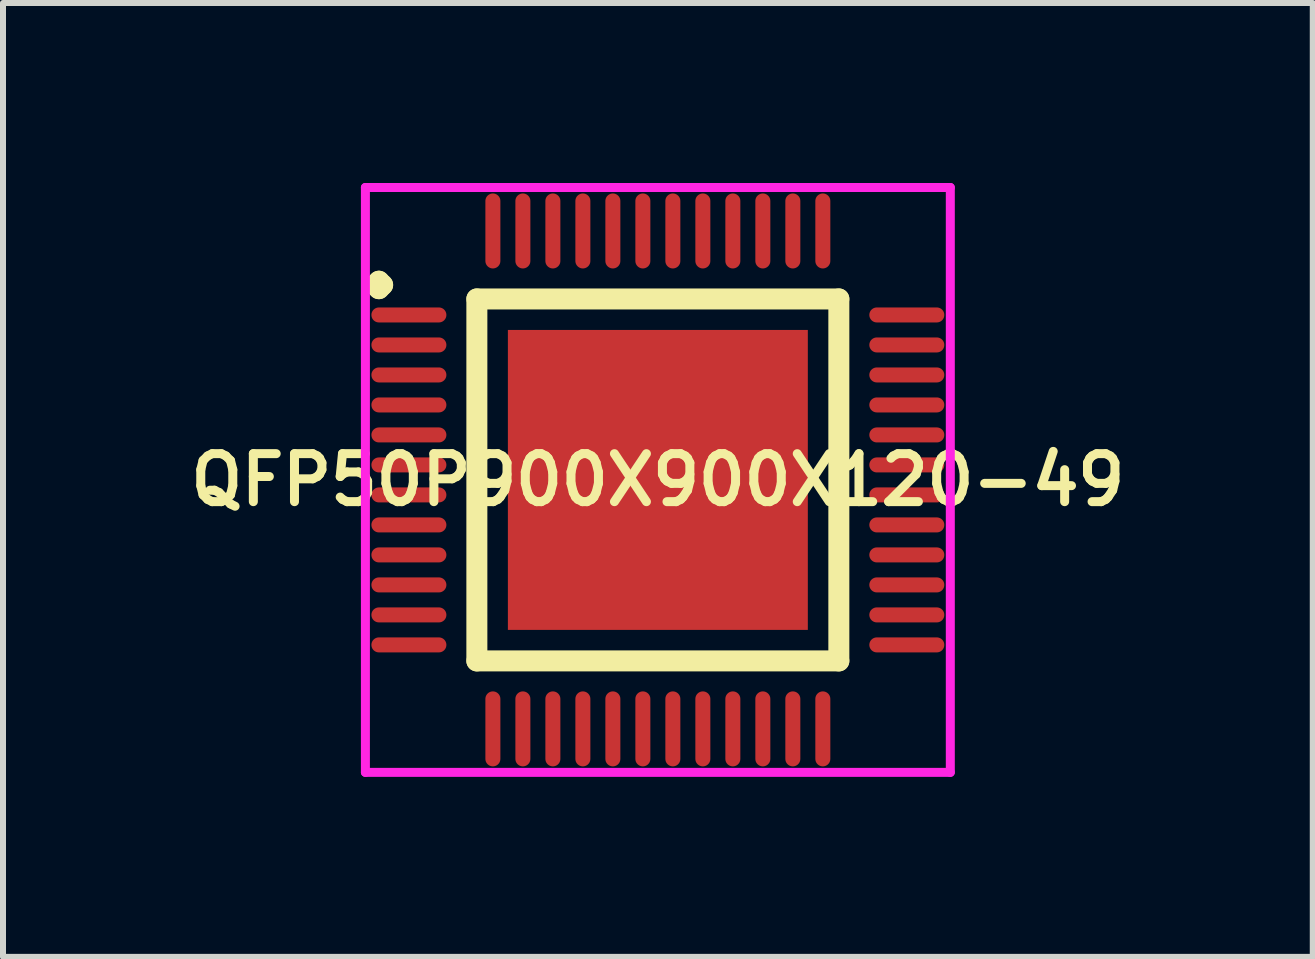
<source format=kicad_pcb>
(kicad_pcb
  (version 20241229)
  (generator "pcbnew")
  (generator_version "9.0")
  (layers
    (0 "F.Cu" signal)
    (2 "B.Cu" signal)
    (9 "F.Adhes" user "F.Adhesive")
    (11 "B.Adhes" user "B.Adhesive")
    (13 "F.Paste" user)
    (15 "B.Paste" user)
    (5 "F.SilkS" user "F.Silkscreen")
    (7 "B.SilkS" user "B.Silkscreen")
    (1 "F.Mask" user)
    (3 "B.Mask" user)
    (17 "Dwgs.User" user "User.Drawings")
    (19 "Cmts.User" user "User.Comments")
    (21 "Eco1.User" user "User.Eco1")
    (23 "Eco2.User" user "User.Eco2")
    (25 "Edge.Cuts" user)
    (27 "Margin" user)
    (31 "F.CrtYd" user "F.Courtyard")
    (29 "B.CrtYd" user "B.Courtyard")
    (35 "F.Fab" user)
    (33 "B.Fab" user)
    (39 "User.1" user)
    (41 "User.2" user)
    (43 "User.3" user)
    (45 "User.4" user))
  (footprint "QFP50P900X900X120-49"
    (layer "F.Cu")
    (at 7.916 4.95)
    (property "Reference" "QFP50P900X900X120-49" (at 0 0 0) (layer "F.SilkS") (effects (font (size 0.8 0.8) (thickness 0.15))))
    (attr smd)
    (fp_line (start -4.713 -3.25) (end -4.65 -3.312) (stroke (width 0.35) (type solid)) (layer "F.SilkS"))
    (fp_line (start -4.65 -3.312) (end -4.588 -3.25) (stroke (width 0.35) (type solid)) (layer "F.SilkS"))
    (fp_line (start -4.65 -3.188) (end -4.713 -3.25) (stroke (width 0.35) (type solid)) (layer "F.SilkS"))
    (fp_line (start -4.588 -3.25) (end -4.65 -3.188) (stroke (width 0.35) (type solid)) (layer "F.SilkS"))
    (fp_line (start -3.017 -3.017) (end -3.017 3.017) (stroke (width 0.35) (type solid)) (layer "F.SilkS"))
    (fp_line (start -3.017 3.017) (end 3.017 3.017) (stroke (width 0.35) (type solid)) (layer "F.SilkS"))
    (fp_line (start 3.017 -3.017) (end -3.017 -3.017) (stroke (width 0.35) (type solid)) (layer "F.SilkS"))
    (fp_line (start 3.017 3.017) (end 3.017 -3.017) (stroke (width 0.35) (type solid)) (layer "F.SilkS"))
    (fp_line (start -4.875 -4.875) (end 4.875 -4.875) (stroke (width 0.15) (type solid)) (layer "F.CrtYd"))
    (fp_line (start -4.875 4.875) (end -4.875 -4.875) (stroke (width 0.15) (type solid)) (layer "F.CrtYd"))
    (fp_line (start 4.875 -4.875) (end 4.875 4.875) (stroke (width 0.15) (type solid)) (layer "F.CrtYd"))
    (fp_line (start 4.875 4.875) (end -4.875 4.875) (stroke (width 0.15) (type solid)) (layer "F.CrtYd"))
    (pad "1" smd oval (at -4.15 -2.75) (size 1.25 0.25) (layers "F.Cu" "F.Mask" "F.Paste"))
    (pad "2" smd oval (at -4.15 -2.25) (size 1.25 0.25) (layers "F.Cu" "F.Mask" "F.Paste"))
    (pad "3" smd oval (at -4.15 -1.75) (size 1.25 0.25) (layers "F.Cu" "F.Mask" "F.Paste"))
    (pad "4" smd oval (at -4.15 -1.25) (size 1.25 0.25) (layers "F.Cu" "F.Mask" "F.Paste"))
    (pad "5" smd oval (at -4.15 -0.75) (size 1.25 0.25) (layers "F.Cu" "F.Mask" "F.Paste"))
    (pad "6" smd oval (at -4.15 -0.25) (size 1.25 0.25) (layers "F.Cu" "F.Mask" "F.Paste"))
    (pad "7" smd oval (at -4.15 0.25) (size 1.25 0.25) (layers "F.Cu" "F.Mask" "F.Paste"))
    (pad "8" smd oval (at -4.15 0.75) (size 1.25 0.25) (layers "F.Cu" "F.Mask" "F.Paste"))
    (pad "9" smd oval (at -4.15 1.25) (size 1.25 0.25) (layers "F.Cu" "F.Mask" "F.Paste"))
    (pad "10" smd oval (at -4.15 1.75) (size 1.25 0.25) (layers "F.Cu" "F.Mask" "F.Paste"))
    (pad "11" smd oval (at -4.15 2.25) (size 1.25 0.25) (layers "F.Cu" "F.Mask" "F.Paste"))
    (pad "12" smd oval (at -4.15 2.75) (size 1.25 0.25) (layers "F.Cu" "F.Mask" "F.Paste"))
    (pad "13" smd oval (at -2.75 4.15) (size 0.25 1.25) (layers "F.Cu" "F.Mask" "F.Paste"))
    (pad "14" smd oval (at -2.25 4.15) (size 0.25 1.25) (layers "F.Cu" "F.Mask" "F.Paste"))
    (pad "15" smd oval (at -1.75 4.15) (size 0.25 1.25) (layers "F.Cu" "F.Mask" "F.Paste"))
    (pad "16" smd oval (at -1.25 4.15) (size 0.25 1.25) (layers "F.Cu" "F.Mask" "F.Paste"))
    (pad "17" smd oval (at -0.75 4.15) (size 0.25 1.25) (layers "F.Cu" "F.Mask" "F.Paste"))
    (pad "18" smd oval (at -0.25 4.15) (size 0.25 1.25) (layers "F.Cu" "F.Mask" "F.Paste"))
    (pad "19" smd oval (at 0.25 4.15) (size 0.25 1.25) (layers "F.Cu" "F.Mask" "F.Paste"))
    (pad "20" smd oval (at 0.75 4.15) (size 0.25 1.25) (layers "F.Cu" "F.Mask" "F.Paste"))
    (pad "21" smd oval (at 1.25 4.15) (size 0.25 1.25) (layers "F.Cu" "F.Mask" "F.Paste"))
    (pad "22" smd oval (at 1.75 4.15) (size 0.25 1.25) (layers "F.Cu" "F.Mask" "F.Paste"))
    (pad "23" smd oval (at 2.25 4.15) (size 0.25 1.25) (layers "F.Cu" "F.Mask" "F.Paste"))
    (pad "24" smd oval (at 2.75 4.15) (size 0.25 1.25) (layers "F.Cu" "F.Mask" "F.Paste"))
    (pad "25" smd oval (at 4.15 2.75) (size 1.25 0.25) (layers "F.Cu" "F.Mask" "F.Paste"))
    (pad "26" smd oval (at 4.15 2.25) (size 1.25 0.25) (layers "F.Cu" "F.Mask" "F.Paste"))
    (pad "27" smd oval (at 4.15 1.75) (size 1.25 0.25) (layers "F.Cu" "F.Mask" "F.Paste"))
    (pad "28" smd oval (at 4.15 1.25) (size 1.25 0.25) (layers "F.Cu" "F.Mask" "F.Paste"))
    (pad "29" smd oval (at 4.15 0.75) (size 1.25 0.25) (layers "F.Cu" "F.Mask" "F.Paste"))
    (pad "30" smd oval (at 4.15 0.25) (size 1.25 0.25) (layers "F.Cu" "F.Mask" "F.Paste"))
    (pad "31" smd oval (at 4.15 -0.25) (size 1.25 0.25) (layers "F.Cu" "F.Mask" "F.Paste"))
    (pad "32" smd oval (at 4.15 -0.75) (size 1.25 0.25) (layers "F.Cu" "F.Mask" "F.Paste"))
    (pad "33" smd oval (at 4.15 -1.25) (size 1.25 0.25) (layers "F.Cu" "F.Mask" "F.Paste"))
    (pad "34" smd oval (at 4.15 -1.75) (size 1.25 0.25) (layers "F.Cu" "F.Mask" "F.Paste"))
    (pad "35" smd oval (at 4.15 -2.25) (size 1.25 0.25) (layers "F.Cu" "F.Mask" "F.Paste"))
    (pad "36" smd oval (at 4.15 -2.75) (size 1.25 0.25) (layers "F.Cu" "F.Mask" "F.Paste"))
    (pad "37" smd oval (at 2.75 -4.15) (size 0.25 1.25) (layers "F.Cu" "F.Mask" "F.Paste"))
    (pad "38" smd oval (at 2.25 -4.15) (size 0.25 1.25) (layers "F.Cu" "F.Mask" "F.Paste"))
    (pad "39" smd oval (at 1.75 -4.15) (size 0.25 1.25) (layers "F.Cu" "F.Mask" "F.Paste"))
    (pad "40" smd oval (at 1.25 -4.15) (size 0.25 1.25) (layers "F.Cu" "F.Mask" "F.Paste"))
    (pad "41" smd oval (at 0.75 -4.15) (size 0.25 1.25) (layers "F.Cu" "F.Mask" "F.Paste"))
    (pad "42" smd oval (at 0.25 -4.15) (size 0.25 1.25) (layers "F.Cu" "F.Mask" "F.Paste"))
    (pad "43" smd oval (at -0.25 -4.15) (size 0.25 1.25) (layers "F.Cu" "F.Mask" "F.Paste"))
    (pad "44" smd oval (at -0.75 -4.15) (size 0.25 1.25) (layers "F.Cu" "F.Mask" "F.Paste"))
    (pad "45" smd oval (at -1.25 -4.15) (size 0.25 1.25) (layers "F.Cu" "F.Mask" "F.Paste"))
    (pad "46" smd oval (at -1.75 -4.15) (size 0.25 1.25) (layers "F.Cu" "F.Mask" "F.Paste"))
    (pad "47" smd oval (at -2.25 -4.15) (size 0.25 1.25) (layers "F.Cu" "F.Mask" "F.Paste"))
    (pad "48" smd oval (at -2.75 -4.15) (size 0.25 1.25) (layers "F.Cu" "F.Mask" "F.Paste"))
    (pad "49" smd rect (at 0 0) (size 5 5) (layers "F.Cu" "F.Mask" "F.Paste")))
  (gr_rect
    (start -3 -3)
    (end 18.833 12.9)
    (stroke (width 0.1) (type default))
    (fill no)
    (layer "Edge.Cuts")))
</source>
